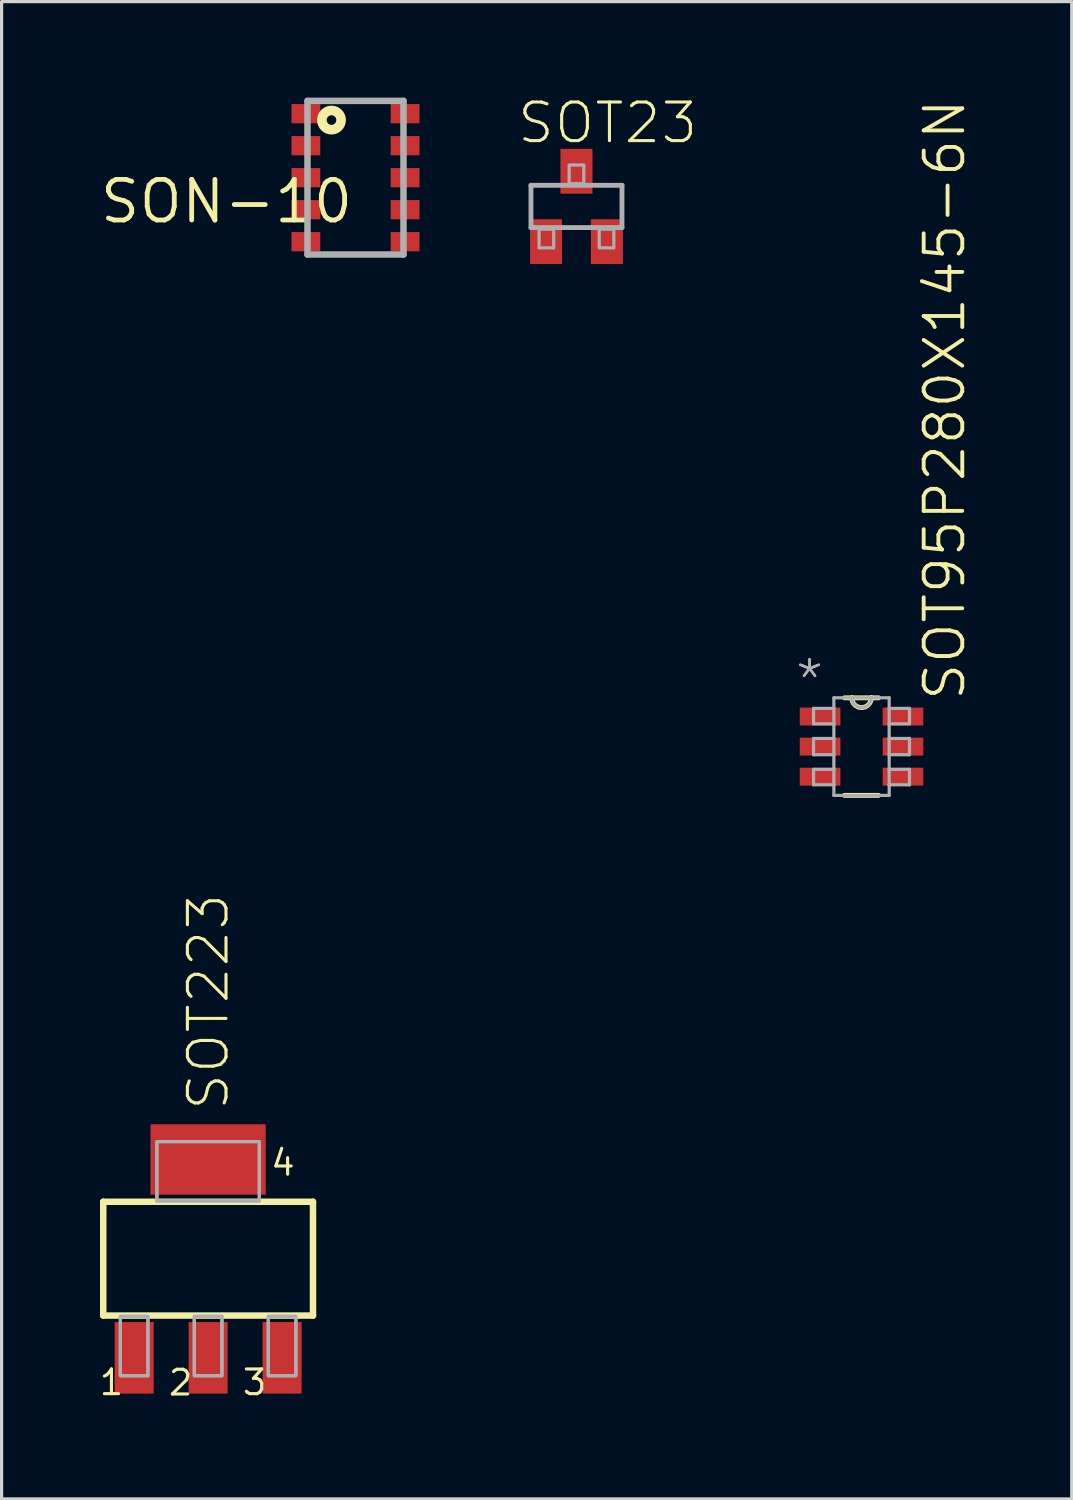
<source format=kicad_pcb>
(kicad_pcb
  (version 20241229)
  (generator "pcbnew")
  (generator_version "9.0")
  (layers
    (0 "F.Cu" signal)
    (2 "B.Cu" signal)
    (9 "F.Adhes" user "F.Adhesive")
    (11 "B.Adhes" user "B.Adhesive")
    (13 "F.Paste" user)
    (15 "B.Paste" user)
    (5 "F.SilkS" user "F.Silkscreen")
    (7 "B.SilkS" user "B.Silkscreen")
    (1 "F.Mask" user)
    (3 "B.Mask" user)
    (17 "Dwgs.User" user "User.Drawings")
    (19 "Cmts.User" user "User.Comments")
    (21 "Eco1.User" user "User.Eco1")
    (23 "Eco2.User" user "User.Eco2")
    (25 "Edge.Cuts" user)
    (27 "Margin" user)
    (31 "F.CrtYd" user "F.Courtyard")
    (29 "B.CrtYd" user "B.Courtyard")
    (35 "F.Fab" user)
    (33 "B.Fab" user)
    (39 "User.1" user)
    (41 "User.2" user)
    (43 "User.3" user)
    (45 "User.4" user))
  (footprint "SOT23"
    (layer "F.Cu")
    (at 14.963 3.401)
    (property "Reference" "SOT23" (at -1.905 -1.905 180) (layer "F.SilkS") (effects (font (size 1.206 1.206) (thickness 0.097)) (justify left bottom)))
    (attr through_hole)
    (fp_line (start -1.422 -0.66) (end 1.422 -0.66) (stroke (width 0.152) (type solid)) (layer "F.Fab"))
    (fp_line (start -1.422 0.66) (end -1.422 -0.66) (stroke (width 0.152) (type solid)) (layer "F.Fab"))
    (fp_line (start 1.422 -0.66) (end 1.422 0.66) (stroke (width 0.152) (type solid)) (layer "F.Fab"))
    (fp_line (start 1.422 0.66) (end -1.422 0.66) (stroke (width 0.152) (type solid)) (layer "F.Fab"))
    (fp_poly (pts (xy -1.168 1.295) (xy -0.711 1.295) (xy -0.711 0.711) (xy -1.168 0.711)) (stroke (width 0.1) (type solid)) (fill no) (layer "F.Fab"))
    (fp_poly (pts (xy -0.229 -0.711) (xy 0.229 -0.711) (xy 0.229 -1.295) (xy -0.229 -1.295)) (stroke (width 0.1) (type solid)) (fill no) (layer "F.Fab"))
    (fp_poly (pts (xy 0.711 1.295) (xy 1.168 1.295) (xy 1.168 0.711) (xy 0.711 0.711)) (stroke (width 0.1) (type solid)) (fill no) (layer "F.Fab"))
    (pad "1" smd rect (at -0.95 1.1) (size 1 1.4) (layers "F.Cu" "F.Mask" "F.Paste"))
    (pad "2" smd rect (at 0.95 1.1) (size 1 1.4) (layers "F.Cu" "F.Mask" "F.Paste"))
    (pad "3" smd rect (at 0 -1.1) (size 1 1.4) (layers "F.Cu" "F.Mask" "F.Paste")))
  (footprint "SOT95P280X145-6N"
    (layer "F.Cu")
    (at 23.87 20.279)
    (property "Reference" "SOT95P280X145-6N" (at 3.302 -1.372 90) (layer "F.SilkS") (effects (font (size 1.206 1.206) (thickness 0.121)) (justify left bottom)))
    (attr through_hole)
    (fp_line (start -0.533 1.524) (end 0.533 1.524) (stroke (width 0.152) (type solid)) (layer "F.SilkS"))
    (fp_line (start -0.305 -1.524) (end -0.533 -1.524) (stroke (width 0.152) (type solid)) (layer "F.SilkS"))
    (fp_line (start 0.305 -1.524) (end -0.305 -1.524) (stroke (width 0.152) (type solid)) (layer "F.SilkS"))
    (fp_line (start 0.533 -1.524) (end 0.305 -1.524) (stroke (width 0.152) (type solid)) (layer "F.SilkS"))
    (fp_arc (start 0.3048 -1.524) (mid 0 -1.2192) (end -0.3048 -1.524) (stroke (width 0.1524) (type solid)) (layer "F.SilkS"))
    (fp_line (start -1.499 -1.194) (end -1.499 -0.711) (stroke (width 0.1) (type solid)) (layer "F.Fab"))
    (fp_line (start -1.499 -0.711) (end -0.864 -0.711) (stroke (width 0.1) (type solid)) (layer "F.Fab"))
    (fp_line (start -1.499 -0.254) (end -1.499 0.254) (stroke (width 0.1) (type solid)) (layer "F.Fab"))
    (fp_line (start -1.499 0.254) (end -0.864 0.254) (stroke (width 0.1) (type solid)) (layer "F.Fab"))
    (fp_line (start -1.499 0.711) (end -1.499 1.194) (stroke (width 0.1) (type solid)) (layer "F.Fab"))
    (fp_line (start -1.499 1.194) (end -0.864 1.194) (stroke (width 0.1) (type solid)) (layer "F.Fab"))
    (fp_line (start -0.864 -1.524) (end -0.864 -1.194) (stroke (width 0.1) (type solid)) (layer "F.Fab"))
    (fp_line (start -0.864 -1.194) (end -1.499 -1.194) (stroke (width 0.1) (type solid)) (layer "F.Fab"))
    (fp_line (start -0.864 -1.194) (end -0.864 -0.711) (stroke (width 0.1) (type solid)) (layer "F.Fab"))
    (fp_line (start -0.864 -0.711) (end -0.864 -0.254) (stroke (width 0.1) (type solid)) (layer "F.Fab"))
    (fp_line (start -0.864 -0.254) (end -1.499 -0.254) (stroke (width 0.1) (type solid)) (layer "F.Fab"))
    (fp_line (start -0.864 -0.254) (end -0.864 0.254) (stroke (width 0.1) (type solid)) (layer "F.Fab"))
    (fp_line (start -0.864 0.254) (end -0.864 0.711) (stroke (width 0.1) (type solid)) (layer "F.Fab"))
    (fp_line (start -0.864 0.711) (end -1.499 0.711) (stroke (width 0.1) (type solid)) (layer "F.Fab"))
    (fp_line (start -0.864 1.194) (end -0.864 0.711) (stroke (width 0.1) (type solid)) (layer "F.Fab"))
    (fp_line (start -0.864 1.524) (end -0.864 1.194) (stroke (width 0.1) (type solid)) (layer "F.Fab"))
    (fp_line (start -0.864 1.524) (end 0.864 1.524) (stroke (width 0.1) (type solid)) (layer "F.Fab"))
    (fp_line (start -0.305 -1.524) (end -0.864 -1.524) (stroke (width 0.1) (type solid)) (layer "F.Fab"))
    (fp_line (start 0.305 -1.524) (end -0.305 -1.524) (stroke (width 0.1) (type solid)) (layer "F.Fab"))
    (fp_line (start 0.864 -1.524) (end 0.305 -1.524) (stroke (width 0.1) (type solid)) (layer "F.Fab"))
    (fp_line (start 0.864 -1.524) (end 0.864 -1.194) (stroke (width 0.1) (type solid)) (layer "F.Fab"))
    (fp_line (start 0.864 -1.194) (end 0.864 -0.711) (stroke (width 0.1) (type solid)) (layer "F.Fab"))
    (fp_line (start 0.864 -0.711) (end 1.499 -0.711) (stroke (width 0.1) (type solid)) (layer "F.Fab"))
    (fp_line (start 0.864 -0.254) (end 0.864 -0.711) (stroke (width 0.1) (type solid)) (layer "F.Fab"))
    (fp_line (start 0.864 0.254) (end 0.864 -0.254) (stroke (width 0.1) (type solid)) (layer "F.Fab"))
    (fp_line (start 0.864 0.254) (end 1.499 0.254) (stroke (width 0.1) (type solid)) (layer "F.Fab"))
    (fp_line (start 0.864 0.711) (end 0.864 0.254) (stroke (width 0.1) (type solid)) (layer "F.Fab"))
    (fp_line (start 0.864 1.194) (end 0.864 0.711) (stroke (width 0.1) (type solid)) (layer "F.Fab"))
    (fp_line (start 0.864 1.194) (end 1.499 1.194) (stroke (width 0.1) (type solid)) (layer "F.Fab"))
    (fp_line (start 0.864 1.524) (end 0.864 1.194) (stroke (width 0.1) (type solid)) (layer "F.Fab"))
    (fp_line (start 1.499 -1.194) (end 0.864 -1.194) (stroke (width 0.1) (type solid)) (layer "F.Fab"))
    (fp_line (start 1.499 -0.711) (end 1.499 -1.194) (stroke (width 0.1) (type solid)) (layer "F.Fab"))
    (fp_line (start 1.499 -0.254) (end 0.864 -0.254) (stroke (width 0.1) (type solid)) (layer "F.Fab"))
    (fp_line (start 1.499 0.254) (end 1.499 -0.254) (stroke (width 0.1) (type solid)) (layer "F.Fab"))
    (fp_line (start 1.499 0.711) (end 0.864 0.711) (stroke (width 0.1) (type solid)) (layer "F.Fab"))
    (fp_line (start 1.499 1.194) (end 1.499 0.711) (stroke (width 0.1) (type solid)) (layer "F.Fab"))
    (fp_arc (start 0.3048 -1.524) (mid 0 -1.2192) (end -0.3048 -1.524) (stroke (width 0.1) (type solid)) (layer "F.Fab"))
    (fp_text user "*" (at -2.134 -1.372 0) (layer "F.SilkS") (effects (font (size 1.206 1.206) (thickness 0.076)) (justify left bottom)))
    (fp_text user "*" (at -2.134 -1.372 0) (layer "F.Fab") (effects (font (size 1.206 1.206) (thickness 0.076)) (justify left bottom)))
    (pad "1" smd rect (at -1.295 -0.94) (size 1.27 0.559) (layers "F.Cu" "F.Mask" "F.Paste"))
    (pad "2" smd rect (at -1.295 0) (size 1.27 0.559) (layers "F.Cu" "F.Mask" "F.Paste"))
    (pad "3" smd rect (at -1.295 0.94) (size 1.27 0.559) (layers "F.Cu" "F.Mask" "F.Paste"))
    (pad "4" smd rect (at 1.295 0.94) (size 1.27 0.559) (layers "F.Cu" "F.Mask" "F.Paste"))
    (pad "5" smd rect (at 1.295 0) (size 1.27 0.559) (layers "F.Cu" "F.Mask" "F.Paste"))
    (pad "6" smd rect (at 1.295 -0.94) (size 1.27 0.559) (layers "F.Cu" "F.Mask" "F.Paste")))
  (footprint "SON-10"
    (layer "F.Cu")
    (at 8.058 2.502)
    (property "Reference" "SON-10" (at 0 0 0) (layer "F.SilkS") (effects (font (size 1.27 1.27) (thickness 0.15)) (justify right top)))
    (attr through_hole)
    (fp_circle (center -0.75 -1.8) (end -0.6 -1.8) (stroke (width 0.301) (type solid)) (fill no) (layer "F.SilkS"))
    (fp_line (start -1.5 -2.4) (end -1.5 2.4) (stroke (width 0.203) (type solid)) (layer "F.Fab"))
    (fp_line (start -1.5 2.4) (end 1.5 2.4) (stroke (width 0.203) (type solid)) (layer "F.Fab"))
    (fp_line (start 1.5 -2.4) (end -1.5 -2.4) (stroke (width 0.203) (type solid)) (layer "F.Fab"))
    (fp_line (start 1.5 2.4) (end 1.5 -2.4) (stroke (width 0.203) (type solid)) (layer "F.Fab"))
    (pad "1" smd rect (at -1.55 -2) (size 0.9 0.6) (layers "F.Cu" "F.Mask" "F.Paste"))
    (pad "2" smd rect (at -1.55 -1) (size 0.9 0.6) (layers "F.Cu" "F.Mask" "F.Paste"))
    (pad "3" smd rect (at -1.55 0) (size 0.9 0.6) (layers "F.Cu" "F.Mask" "F.Paste"))
    (pad "4" smd rect (at -1.55 1) (size 0.9 0.6) (layers "F.Cu" "F.Mask" "F.Paste"))
    (pad "5" smd rect (at -1.55 2) (size 0.9 0.6) (layers "F.Cu" "F.Mask" "F.Paste"))
    (pad "6" smd rect (at 1.55 2 180) (size 0.9 0.6) (layers "F.Cu" "F.Mask" "F.Paste"))
    (pad "7" smd rect (at 1.55 1 180) (size 0.9 0.6) (layers "F.Cu" "F.Mask" "F.Paste"))
    (pad "8" smd rect (at 1.55 0 180) (size 0.9 0.6) (layers "F.Cu" "F.Mask" "F.Paste"))
    (pad "9" smd rect (at 1.55 -1 180) (size 0.9 0.6) (layers "F.Cu" "F.Mask" "F.Paste"))
    (pad "10" smd rect (at 1.55 -2 180) (size 0.9 0.6) (layers "F.Cu" "F.Mask" "F.Paste")))
  (footprint "SOT223"
    (layer "F.Cu")
    (at 3.453 36.279)
    (property "Reference" "SOT223" (at 0.711 -4.572 270) (layer "F.SilkS") (effects (font (size 1.206 1.206) (thickness 0.097)) (justify left bottom)))
    (attr through_hole)
    (fp_line (start -3.277 -1.778) (end 3.277 -1.778) (stroke (width 0.203) (type solid)) (layer "F.SilkS"))
    (fp_line (start -3.277 1.778) (end -3.277 -1.778) (stroke (width 0.203) (type solid)) (layer "F.SilkS"))
    (fp_line (start 3.277 -1.778) (end 3.277 1.778) (stroke (width 0.203) (type solid)) (layer "F.SilkS"))
    (fp_line (start 3.277 1.778) (end -3.277 1.778) (stroke (width 0.203) (type solid)) (layer "F.SilkS"))
    (fp_poly (pts (xy -2.743 3.658) (xy -1.88 3.658) (xy -1.88 1.803) (xy -2.743 1.803)) (stroke (width 0.1) (type solid)) (fill no) (layer "F.Fab"))
    (fp_poly (pts (xy -2.743 3.658) (xy -1.88 3.658) (xy -1.88 1.803) (xy -2.743 1.803)) (stroke (width 0.1) (type solid)) (fill no) (layer "F.Fab"))
    (fp_poly (pts (xy -1.6 -1.803) (xy 1.6 -1.803) (xy 1.6 -3.658) (xy -1.6 -3.658)) (stroke (width 0.1) (type solid)) (fill no) (layer "F.Fab"))
    (fp_poly (pts (xy -1.6 -1.803) (xy 1.6 -1.803) (xy 1.6 -3.658) (xy -1.6 -3.658)) (stroke (width 0.1) (type solid)) (fill no) (layer "F.Fab"))
    (fp_poly (pts (xy -0.432 3.658) (xy 0.432 3.658) (xy 0.432 1.803) (xy -0.432 1.803)) (stroke (width 0.1) (type solid)) (fill no) (layer "F.Fab"))
    (fp_poly (pts (xy -0.432 3.658) (xy 0.432 3.658) (xy 0.432 1.803) (xy -0.432 1.803)) (stroke (width 0.1) (type solid)) (fill no) (layer "F.Fab"))
    (fp_poly (pts (xy 1.88 3.658) (xy 2.743 3.658) (xy 2.743 1.803) (xy 1.88 1.803)) (stroke (width 0.1) (type solid)) (fill no) (layer "F.Fab"))
    (fp_poly (pts (xy 1.88 3.658) (xy 2.743 3.658) (xy 2.743 1.803) (xy 1.88 1.803)) (stroke (width 0.1) (type solid)) (fill no) (layer "F.Fab"))
    (fp_text user "4" (at 1.905 -2.54 0) (layer "F.SilkS") (effects (font (size 0.772 0.772) (thickness 0.098)) (justify left bottom)))
    (fp_text user "1" (at -3.453 4.318 0) (layer "F.SilkS") (effects (font (size 0.772 0.772) (thickness 0.098)) (justify left bottom)))
    (fp_text user "3" (at 1.021 4.318 0) (layer "F.SilkS") (effects (font (size 0.772 0.772) (thickness 0.098)) (justify left bottom)))
    (fp_text user "2" (at -1.291 4.327 0) (layer "F.SilkS") (effects (font (size 0.772 0.772) (thickness 0.098)) (justify left bottom)))
    (pad "1" smd rect (at -2.311 3.099) (size 1.219 2.235) (layers "F.Cu" "F.Mask" "F.Paste"))
    (pad "2" smd rect (at 0 3.099) (size 1.219 2.235) (layers "F.Cu" "F.Mask" "F.Paste"))
    (pad "3" smd rect (at 2.311 3.099) (size 1.219 2.235) (layers "F.Cu" "F.Mask" "F.Paste"))
    (pad "4" smd rect (at 0 -3.099) (size 3.6 2.2) (layers "F.Cu" "F.Mask" "F.Paste")))
  (gr_rect
    (start -3 -3)
    (end 30.439 43.787)
    (stroke (width 0.1) (type default))
    (fill no)
    (layer "Edge.Cuts")))
</source>
